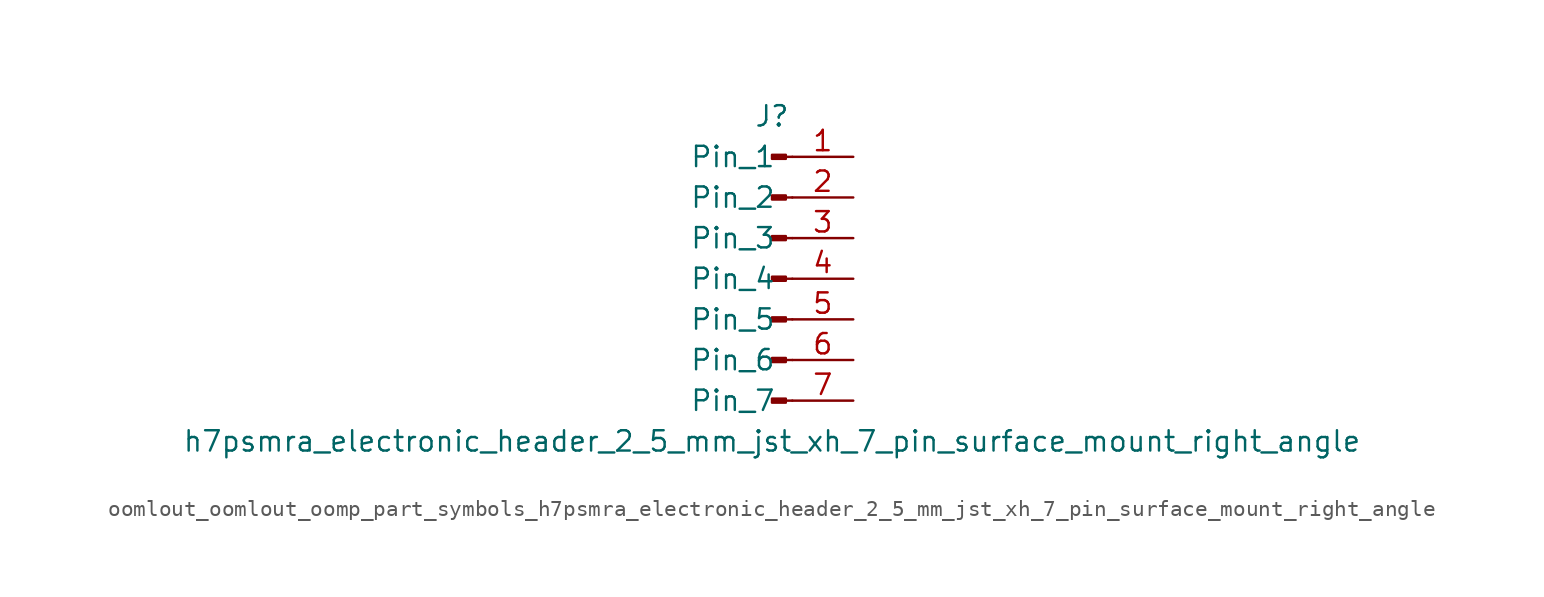
<source format=kicad_sym>
(kicad_symbol_lib
  (version 20220914)
  (generator kicad_symbol_editor)
  (symbol "oomlout_oomlout_oomp_part_symbols_h7psmra_electronic_header_2_5_mm_jst_xh_7_pin_surface_mount_right_angle"
    (pin_names
      (offset 1.016))
    (property "Reference" "J"
      (at 0 10.16 0)
      (effects (font (size 1.27 1.27))))
    (property "Value" "h7psmra_electronic_header_2_5_mm_jst_xh_7_pin_surface_mount_right_angle"
      (at 0 -10.16 0)
      (effects (font (size 1.27 1.27))))
    (property "ki_locked" ""
      (at 0 0 0)
      (effects (font (size 1.27 1.27))))
    (symbol "oomlout_oomlout_oomp_part_symbols_h7psmra_electronic_header_2_5_mm_jst_xh_7_pin_surface_mount_right_angle_1_1"
      (polyline (pts (xy 1.27 -7.62) (xy 0.864 -7.62)) (stroke (width 0.152) (type default)) (fill (type none)))
      (polyline (pts (xy 1.27 -5.08) (xy 0.864 -5.08)) (stroke (width 0.152) (type default)) (fill (type none)))
      (polyline (pts (xy 1.27 -2.54) (xy 0.864 -2.54)) (stroke (width 0.152) (type default)) (fill (type none)))
      (polyline (pts (xy 1.27 0) (xy 0.864 0)) (stroke (width 0.152) (type default)) (fill (type none)))
      (polyline (pts (xy 1.27 2.54) (xy 0.864 2.54)) (stroke (width 0.152) (type default)) (fill (type none)))
      (polyline (pts (xy 1.27 5.08) (xy 0.864 5.08)) (stroke (width 0.152) (type default)) (fill (type none)))
      (polyline (pts (xy 1.27 7.62) (xy 0.864 7.62)) (stroke (width 0.152) (type default)) (fill (type none)))
      (rectangle (start 0.864 -7.493) (end 0 -7.747) (stroke (width 0.152) (type default)) (fill (type outline)))
      (rectangle (start 0.864 -4.953) (end 0 -5.207) (stroke (width 0.152) (type default)) (fill (type outline)))
      (rectangle (start 0.864 -2.413) (end 0 -2.667) (stroke (width 0.152) (type default)) (fill (type outline)))
      (rectangle (start 0.864 0.127) (end 0 -0.127) (stroke (width 0.152) (type default)) (fill (type outline)))
      (rectangle (start 0.864 2.667) (end 0 2.413) (stroke (width 0.152) (type default)) (fill (type outline)))
      (rectangle (start 0.864 5.207) (end 0 4.953) (stroke (width 0.152) (type default)) (fill (type outline)))
      (rectangle (start 0.864 7.747) (end 0 7.493) (stroke (width 0.152) (type default)) (fill (type outline)))
      (pin passive line (at 5.08 7.62 180) (length 3.81) (name "Pin_1" (effects (font (size 1.27 1.27)))) (number "1" (effects (font (size 1.27 1.27)))))
      (pin passive line (at 5.08 5.08 180) (length 3.81) (name "Pin_2" (effects (font (size 1.27 1.27)))) (number "2" (effects (font (size 1.27 1.27)))))
      (pin passive line (at 5.08 2.54 180) (length 3.81) (name "Pin_3" (effects (font (size 1.27 1.27)))) (number "3" (effects (font (size 1.27 1.27)))))
      (pin passive line (at 5.08 0 180) (length 3.81) (name "Pin_4" (effects (font (size 1.27 1.27)))) (number "4" (effects (font (size 1.27 1.27)))))
      (pin passive line (at 5.08 -2.54 180) (length 3.81) (name "Pin_5" (effects (font (size 1.27 1.27)))) (number "5" (effects (font (size 1.27 1.27)))))
      (pin passive line (at 5.08 -5.08 180) (length 3.81) (name "Pin_6" (effects (font (size 1.27 1.27)))) (number "6" (effects (font (size 1.27 1.27)))))
      (pin passive line (at 5.08 -7.62 180) (length 3.81) (name "Pin_7" (effects (font (size 1.27 1.27)))) (number "7" (effects (font (size 1.27 1.27))))))))
</source>
